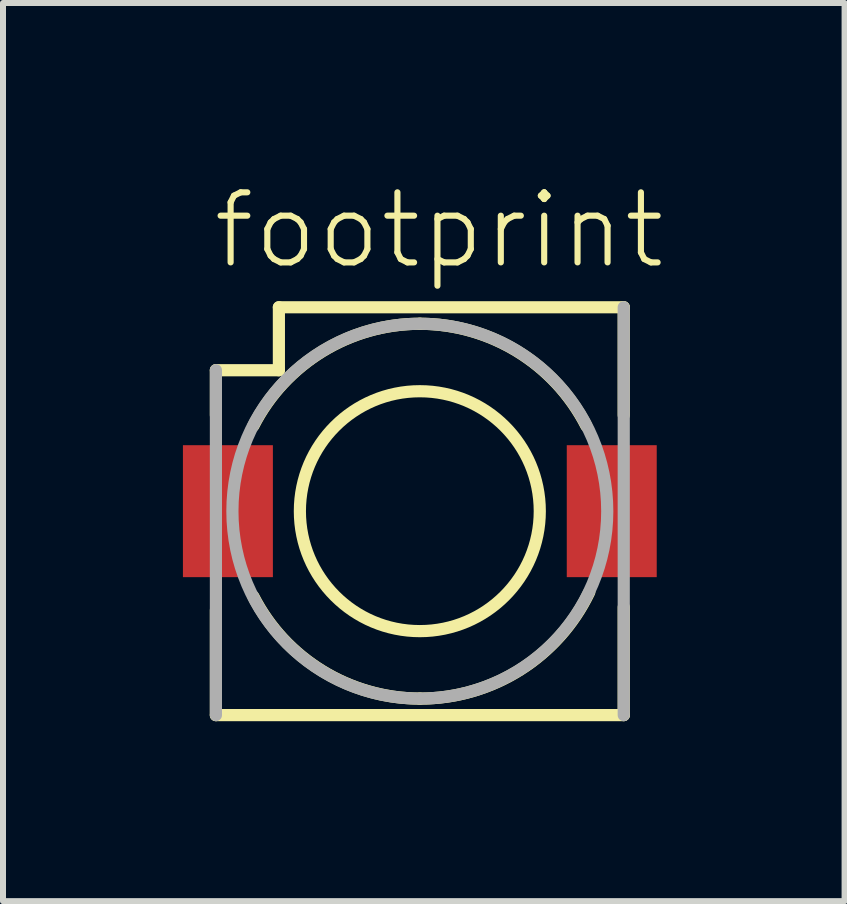
<source format=kicad_pcb>
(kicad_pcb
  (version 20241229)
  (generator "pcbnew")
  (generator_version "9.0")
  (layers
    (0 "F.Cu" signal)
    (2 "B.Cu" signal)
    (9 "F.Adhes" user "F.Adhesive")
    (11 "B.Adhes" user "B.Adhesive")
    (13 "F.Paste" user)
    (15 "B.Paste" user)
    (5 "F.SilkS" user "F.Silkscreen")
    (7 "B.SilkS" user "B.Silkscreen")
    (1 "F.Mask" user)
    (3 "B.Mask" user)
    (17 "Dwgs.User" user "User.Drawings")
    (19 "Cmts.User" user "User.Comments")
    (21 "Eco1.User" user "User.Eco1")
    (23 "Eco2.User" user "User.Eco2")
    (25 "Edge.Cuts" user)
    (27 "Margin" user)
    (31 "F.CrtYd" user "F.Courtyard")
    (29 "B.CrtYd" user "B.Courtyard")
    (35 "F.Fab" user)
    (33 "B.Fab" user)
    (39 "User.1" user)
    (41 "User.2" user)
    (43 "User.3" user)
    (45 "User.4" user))
  (footprint "footprint"
    (layer "F.Cu")
    (at 3.95 5.473)
    (property "Reference" "footprint" (at -3.5 -4 0) (layer "F.SilkS") (effects (font (size 1.168 1.168) (thickness 0.102)) (justify left bottom)))
    (fp_line (start -3.4 -1.6) (end -3.4 -2.35) (stroke (width 0.203) (type solid)) (layer "F.SilkS"))
    (fp_line (start -3.4 3.4) (end -3.4 1.65) (stroke (width 0.203) (type solid)) (layer "F.SilkS"))
    (fp_line (start -2.35 -3.4) (end -2.35 -2.35) (stroke (width 0.203) (type solid)) (layer "F.SilkS"))
    (fp_line (start -2.35 -3.4) (end 3.4 -3.4) (stroke (width 0.203) (type solid)) (layer "F.SilkS"))
    (fp_line (start -2.35 -2.35) (end -3.4 -2.35) (stroke (width 0.203) (type solid)) (layer "F.SilkS"))
    (fp_line (start 3.4 -3.4) (end 3.4 -1.6) (stroke (width 0.203) (type solid)) (layer "F.SilkS"))
    (fp_line (start 3.4 1.6) (end 3.4 3.4) (stroke (width 0.203) (type solid)) (layer "F.SilkS"))
    (fp_line (start 3.4 3.4) (end -3.4 3.4) (stroke (width 0.203) (type solid)) (layer "F.SilkS"))
    (fp_arc (start -2.775 -1.425001) (mid -1.626253 -2.664729) (end 0 -3.125) (stroke (width 0.2032) (type solid)) (layer "F.SilkS"))
    (fp_arc (start 0 -3.125) (mid 1.626253 -2.66473) (end 2.775 -1.425001) (stroke (width 0.2032) (type solid)) (layer "F.SilkS"))
    (fp_arc (start 0 3.125) (mid -1.626253 2.66473) (end -2.775 1.425001) (stroke (width 0.2032) (type solid)) (layer "F.SilkS"))
    (fp_arc (start 2.825 1.35) (mid 1.669197 2.646047) (end 0 3.125) (stroke (width 0.2032) (type solid)) (layer "F.SilkS"))
    (fp_circle (center 0 0) (end 2 0) (stroke (width 0.203) (type solid)) (fill no) (layer "F.SilkS"))
    (fp_line (start -3.4 3.4) (end -3.4 -2.35) (stroke (width 0.203) (type solid)) (layer "F.Fab"))
    (fp_line (start 3.4 -3.4) (end 3.4 3.4) (stroke (width 0.203) (type solid)) (layer "F.Fab"))
    (fp_circle (center 0 0) (end 3.125 0) (stroke (width 0.203) (type solid)) (fill no) (layer "F.Fab"))
    (pad "1" smd rect (at -3.2 0 90) (size 2.2 1.5) (layers "F.Cu" "F.Mask" "F.Paste"))
    (pad "2" smd rect (at 3.2 0 90) (size 2.2 1.5) (layers "F.Cu" "F.Mask" "F.Paste")))
  (gr_rect
    (start -3 -3)
    (end 11.032 11.975)
    (stroke (width 0.1) (type default))
    (fill no)
    (layer "Edge.Cuts")))
</source>
